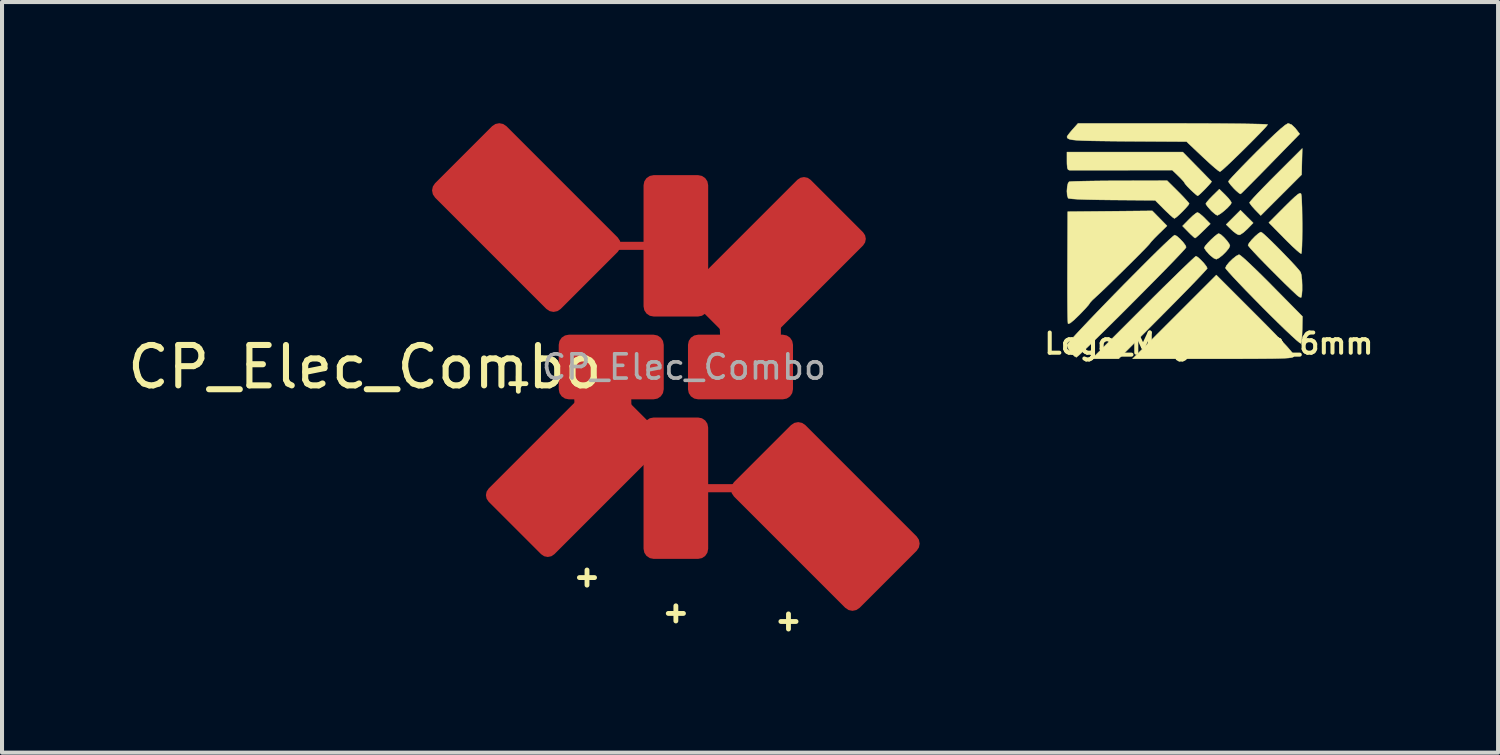
<source format=kicad_pcb>
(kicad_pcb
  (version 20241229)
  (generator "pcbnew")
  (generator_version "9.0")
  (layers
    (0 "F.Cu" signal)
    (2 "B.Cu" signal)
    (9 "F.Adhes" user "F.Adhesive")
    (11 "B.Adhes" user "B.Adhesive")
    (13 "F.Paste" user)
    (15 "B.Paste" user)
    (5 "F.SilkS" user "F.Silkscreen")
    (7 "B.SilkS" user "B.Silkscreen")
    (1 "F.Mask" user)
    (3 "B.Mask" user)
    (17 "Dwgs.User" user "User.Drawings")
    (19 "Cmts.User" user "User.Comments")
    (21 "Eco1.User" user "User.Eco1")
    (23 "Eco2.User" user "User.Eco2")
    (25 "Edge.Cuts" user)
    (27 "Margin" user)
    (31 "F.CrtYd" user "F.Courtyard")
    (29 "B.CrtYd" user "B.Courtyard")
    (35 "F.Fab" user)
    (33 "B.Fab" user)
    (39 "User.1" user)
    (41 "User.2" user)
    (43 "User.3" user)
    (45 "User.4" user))
  (footprint "CP_Elec_Combo"
    (layer "F.Cu")
    (at 13.682 6.036)
    (property "Reference" "CP_Elec_Combo" (at -7.7 0 0) (layer "F.SilkS") (effects (font (size 1 1) (thickness 0.15))))
    (attr smd)
    (fp_line (start -2.423 0.647) (end -2.399 1.102) (stroke (width 0.2) (type default)) (layer "F.Cu"))
    (fp_line (start -1.201 0.957) (end -1.207 0.592) (stroke (width 0.2) (type default)) (layer "F.Cu"))
    (fp_line (start 0 -3) (end -2.5 -3) (stroke (width 0.2) (type default)) (layer "F.Cu"))
    (fp_line (start 1.18 -1.101) (end 1.205 -0.572) (stroke (width 0.2) (type default)) (layer "F.Cu"))
    (fp_line (start 1.75 3) (end 0 3) (stroke (width 0.2) (type default)) (layer "F.Cu"))
    (fp_line (start 2.5 -1) (end 2.5 -0.5) (stroke (width 0.2) (type default)) (layer "F.Cu"))
    (fp_line (start -4.088 0.412) (end -3.712 0.412) (stroke (width 0.12) (type solid)) (layer "F.SilkS"))
    (fp_line (start -3.9 0.225) (end -3.9 0.6) (stroke (width 0.12) (type solid)) (layer "F.SilkS"))
    (fp_line (start -2.388 5.213) (end -2.013 5.213) (stroke (width 0.12) (type solid)) (layer "F.SilkS"))
    (fp_line (start -2.2 5.025) (end -2.2 5.4) (stroke (width 0.12) (type solid)) (layer "F.SilkS"))
    (fp_line (start -0.188 6.1) (end 0.188 6.1) (stroke (width 0.12) (type solid)) (layer "F.SilkS"))
    (fp_line (start 0 5.912) (end 0 6.287) (stroke (width 0.12) (type solid)) (layer "F.SilkS"))
    (fp_line (start 2.6 6.3) (end 2.975 6.3) (stroke (width 0.12) (type solid)) (layer "F.SilkS"))
    (fp_line (start 2.788 6.112) (end 2.788 6.487) (stroke (width 0.12) (type solid)) (layer "F.SilkS"))
    (fp_text user "${REFERENCE}" (at 0.2 0 0) (layer "F.Fab") (effects (font (size 0.6 0.6) (thickness 0.09))))
    (pad "1" smd roundrect (at -2.5 2.5 45) (size 4.2 2.3) (layers "F.Cu" "F.Mask" "F.Paste") (roundrect_rratio 0.1))
    (pad "1" smd roundrect (at -1.6 0) (size 2.6 1.6) (layers "F.Cu" "F.Mask" "F.Paste") (roundrect_rratio 0.156))
    (pad "1" smd roundrect (at 0 3 90) (size 3.5 1.6) (layers "F.Cu" "F.Mask" "F.Paste") (roundrect_rratio 0.156))
    (pad "1" smd roundrect (at 3.7 3.7 135) (size 4.4 2.5) (layers "F.Cu" "F.Mask" "F.Paste") (roundrect_rratio 0.1))
    (pad "2" smd roundrect (at -3.7 -3.7 135) (size 4.4 2.5) (layers "F.Cu" "F.Mask" "F.Paste") (roundrect_rratio 0.1))
    (pad "2" smd roundrect (at 0 -3 90) (size 3.5 1.6) (layers "F.Cu" "F.Mask" "F.Paste") (roundrect_rratio 0.156))
    (pad "2" smd roundrect (at 1.6 0) (size 2.6 1.6) (layers "F.Cu" "F.Mask" "F.Paste") (roundrect_rratio 0.156))
    (pad "2" smd roundrect (at 2.5 -2.5 45) (size 4.2 2.3) (layers "F.Cu" "F.Mask" "F.Paste") (roundrect_rratio 0.1)))
  (footprint "Logo_Magnitude_6mm"
    (layer "F.Cu")
    (at 26.278 2.956)
    (property "Reference" "Logo_Magnitude_6mm" (at 0.6 2.5 0) (layer "F.SilkS") (effects (font (size 0.5 0.5) (thickness 0.1))))
    (attr through_hole)
    (fp_poly (pts (xy 1.54 -0.644) (xy 1.697 -0.487) (xy 1.551 -0.337) (xy 1.46 -0.254) (xy 1.382 -0.201) (xy 1.346 -0.189) (xy 1.287 -0.215) (xy 1.203 -0.278) (xy 1.158 -0.319) (xy 1.027 -0.447) (xy 1.205 -0.625) (xy 1.382 -0.802) (xy 1.54 -0.644)) (stroke (width 0.01) (type solid)) (fill yes) (layer "F.SilkS"))
    (fp_poly (pts (xy 2.895 -1.681) (xy 1.884 -0.671) (xy 1.745 -0.813) (xy 1.667 -0.9) (xy 1.617 -0.967) (xy 1.606 -0.992) (xy 1.632 -1.027) (xy 1.703 -1.107) (xy 1.813 -1.225) (xy 1.955 -1.372) (xy 2.121 -1.542) (xy 2.259 -1.68) (xy 2.911 -2.331) (xy 2.895 -1.681)) (stroke (width 0.01) (type solid)) (fill yes) (layer "F.SilkS"))
    (fp_poly (pts (xy 0.365 -0.722) (xy 0.442 -0.658) (xy 0.497 -0.605) (xy 0.635 -0.464) (xy 0.456 -0.288) (xy 0.363 -0.199) (xy 0.292 -0.136) (xy 0.258 -0.112) (xy 0.224 -0.137) (xy 0.155 -0.2) (xy 0.093 -0.262) (xy -0.053 -0.411) (xy 0.112 -0.579) (xy 0.204 -0.667) (xy 0.28 -0.728) (xy 0.318 -0.747) (xy 0.365 -0.722)) (stroke (width 0.01) (type solid)) (fill yes) (layer "F.SilkS"))
    (fp_poly (pts (xy 1.008 -1.177) (xy 1.091 -1.089) (xy 1.145 -1.016) (xy 1.158 -0.985) (xy 1.131 -0.937) (xy 1.063 -0.863) (xy 0.975 -0.784) (xy 0.887 -0.716) (xy 0.821 -0.678) (xy 0.806 -0.675) (xy 0.758 -0.702) (xy 0.683 -0.766) (xy 0.644 -0.805) (xy 0.572 -0.886) (xy 0.529 -0.947) (xy 0.523 -0.962) (xy 0.548 -1.003) (xy 0.612 -1.077) (xy 0.691 -1.158) (xy 0.859 -1.323) (xy 1.008 -1.177)) (stroke (width 0.01) (type solid)) (fill yes) (layer "F.SilkS"))
    (fp_poly (pts (xy 0.898 -0.197) (xy 0.972 -0.13) (xy 1.048 -0.046) (xy 1.104 0.033) (xy 1.121 0.078) (xy 1.094 0.139) (xy 1.026 0.222) (xy 0.939 0.309) (xy 0.852 0.378) (xy 0.786 0.41) (xy 0.781 0.411) (xy 0.722 0.386) (xy 0.641 0.322) (xy 0.605 0.288) (xy 0.533 0.206) (xy 0.491 0.143) (xy 0.486 0.127) (xy 0.511 0.081) (xy 0.576 0.006) (xy 0.661 -0.081) (xy 0.747 -0.159) (xy 0.816 -0.212) (xy 0.844 -0.224) (xy 0.898 -0.197)) (stroke (width 0.01) (type solid)) (fill yes) (layer "F.SilkS"))
    (fp_poly (pts (xy 1.757 1.776) (xy 2.026 2.046) (xy 2.244 2.268) (xy 2.415 2.446) (xy 2.543 2.584) (xy 2.632 2.687) (xy 2.685 2.758) (xy 2.706 2.801) (xy 2.706 2.813) (xy 2.696 2.827) (xy 2.675 2.838) (xy 2.636 2.848) (xy 2.573 2.856) (xy 2.481 2.862) (xy 2.354 2.867) (xy 2.185 2.871) (xy 1.969 2.873) (xy 1.699 2.875) (xy 1.371 2.876) (xy 0.977 2.876) (xy 0.696 2.876) (xy -1.289 2.876) (xy 0.784 0.803) (xy 1.757 1.776)) (stroke (width 0.01) (type solid)) (fill yes) (layer "F.SilkS"))
    (fp_poly (pts (xy 2.878 -1.213) (xy 2.882 -1.205) (xy 2.892 -1.146) (xy 2.899 -1.03) (xy 2.905 -0.871) (xy 2.908 -0.684) (xy 2.91 -0.481) (xy 2.91 -0.278) (xy 2.908 -0.087) (xy 2.904 0.076) (xy 2.898 0.199) (xy 2.889 0.266) (xy 2.886 0.274) (xy 2.851 0.255) (xy 2.775 0.191) (xy 2.666 0.091) (xy 2.535 -0.037) (xy 2.471 -0.102) (xy 2.084 -0.495) (xy 2.47 -0.883) (xy 2.624 -1.035) (xy 2.734 -1.138) (xy 2.808 -1.199) (xy 2.854 -1.222) (xy 2.878 -1.213)) (stroke (width 0.01) (type solid)) (fill yes) (layer "F.SilkS"))
    (fp_poly (pts (xy 0.327 0.362) (xy 0.398 0.427) (xy 0.475 0.508) (xy 0.535 0.585) (xy 0.56 0.635) (xy 0.56 0.636) (xy 0.535 0.669) (xy 0.462 0.749) (xy 0.347 0.871) (xy 0.196 1.029) (xy 0.014 1.216) (xy -0.194 1.428) (xy -0.421 1.658) (xy -0.536 1.774) (xy -1.633 2.876) (xy -2.297 2.876) (xy -1.027 1.606) (xy -0.773 1.352) (xy -0.534 1.115) (xy -0.315 0.901) (xy -0.123 0.713) (xy 0.038 0.558) (xy 0.162 0.44) (xy 0.244 0.364) (xy 0.28 0.336) (xy 0.28 0.336) (xy 0.327 0.362)) (stroke (width 0.01) (type solid)) (fill yes) (layer "F.SilkS"))
    (fp_poly (pts (xy 2.648 -2.919) (xy 2.738 -2.833) (xy 2.748 -2.82) (xy 2.848 -2.69) (xy 2.128 -1.952) (xy 1.939 -1.759) (xy 1.767 -1.584) (xy 1.618 -1.434) (xy 1.501 -1.316) (xy 1.421 -1.237) (xy 1.385 -1.205) (xy 1.384 -1.204) (xy 1.347 -1.223) (xy 1.278 -1.282) (xy 1.222 -1.337) (xy 1.144 -1.423) (xy 1.094 -1.491) (xy 1.083 -1.515) (xy 1.109 -1.55) (xy 1.18 -1.63) (xy 1.291 -1.748) (xy 1.435 -1.897) (xy 1.603 -2.069) (xy 1.784 -2.251) (xy 2.03 -2.494) (xy 2.228 -2.683) (xy 2.38 -2.821) (xy 2.488 -2.909) (xy 2.553 -2.948) (xy 2.566 -2.951) (xy 2.648 -2.919)) (stroke (width 0.01) (type solid)) (fill yes) (layer "F.SilkS"))
    (fp_poly (pts (xy 1.39 0.325) (xy 1.475 0.397) (xy 1.598 0.51) (xy 1.751 0.656) (xy 1.928 0.829) (xy 2.121 1.022) (xy 2.162 1.064) (xy 2.917 1.829) (xy 2.91 2.143) (xy 2.905 2.292) (xy 2.895 2.413) (xy 2.883 2.487) (xy 2.88 2.497) (xy 2.848 2.481) (xy 2.77 2.417) (xy 2.652 2.31) (xy 2.497 2.164) (xy 2.313 1.986) (xy 2.104 1.78) (xy 1.932 1.608) (xy 1.717 1.389) (xy 1.519 1.187) (xy 1.346 1.006) (xy 1.202 0.853) (xy 1.094 0.734) (xy 1.027 0.656) (xy 1.009 0.627) (xy 1.036 0.568) (xy 1.103 0.486) (xy 1.191 0.401) (xy 1.278 0.332) (xy 1.343 0.299) (xy 1.35 0.299) (xy 1.39 0.325)) (stroke (width 0.01) (type solid)) (fill yes) (layer "F.SilkS"))
    (fp_poly (pts (xy 1.929 -0.236) (xy 2.008 -0.166) (xy 2.118 -0.062) (xy 2.248 0.066) (xy 2.387 0.206) (xy 2.526 0.35) (xy 2.655 0.485) (xy 2.763 0.603) (xy 2.839 0.691) (xy 2.872 0.738) (xy 2.89 0.807) (xy 2.903 0.919) (xy 2.908 1.052) (xy 2.908 1.183) (xy 2.9 1.291) (xy 2.886 1.353) (xy 2.88 1.359) (xy 2.839 1.346) (xy 2.783 1.303) (xy 2.644 1.172) (xy 2.486 1.02) (xy 2.319 0.854) (xy 2.15 0.685) (xy 1.987 0.52) (xy 1.84 0.369) (xy 1.717 0.239) (xy 1.626 0.139) (xy 1.576 0.078) (xy 1.569 0.064) (xy 1.595 0.012) (xy 1.659 -0.067) (xy 1.741 -0.152) (xy 1.822 -0.223) (xy 1.881 -0.26) (xy 1.89 -0.261) (xy 1.929 -0.236)) (stroke (width 0.01) (type solid)) (fill yes) (layer "F.SilkS"))
    (fp_poly (pts (xy -0.161 -1.263) (xy -0.047 -1.147) (xy 0.043 -1.05) (xy 0.099 -0.985) (xy 0.112 -0.964) (xy 0.087 -0.924) (xy 0.024 -0.852) (xy -0.059 -0.765) (xy -0.145 -0.682) (xy -0.216 -0.621) (xy -0.253 -0.598) (xy -0.291 -0.622) (xy -0.366 -0.688) (xy -0.466 -0.783) (xy -0.506 -0.822) (xy -0.73 -1.047) (xy -1.794 -1.055) (xy -2.133 -1.059) (xy -2.414 -1.065) (xy -2.633 -1.073) (xy -2.786 -1.083) (xy -2.87 -1.094) (xy -2.885 -1.101) (xy -2.908 -1.171) (xy -2.915 -1.275) (xy -2.907 -1.385) (xy -2.886 -1.472) (xy -2.86 -1.507) (xy -2.81 -1.512) (xy -2.696 -1.517) (xy -2.525 -1.521) (xy -2.308 -1.525) (xy -2.054 -1.528) (xy -1.772 -1.53) (xy -1.62 -1.53) (xy -0.433 -1.533) (xy -0.161 -1.263)) (stroke (width 0.01) (type solid)) (fill yes) (layer "F.SilkS"))
    (fp_poly (pts (xy 0.304 -1.884) (xy 0.434 -1.752) (xy 0.544 -1.639) (xy 0.624 -1.557) (xy 0.664 -1.516) (xy 0.667 -1.513) (xy 0.649 -1.483) (xy 0.593 -1.419) (xy 0.517 -1.337) (xy 0.435 -1.255) (xy 0.366 -1.19) (xy 0.325 -1.159) (xy 0.322 -1.158) (xy 0.288 -1.182) (xy 0.218 -1.243) (xy 0.152 -1.304) (xy 0.069 -1.388) (xy 0.014 -1.452) (xy 0 -1.475) (xy -0.025 -1.513) (xy -0.089 -1.583) (xy -0.153 -1.647) (xy -0.307 -1.795) (xy -1.545 -1.793) (xy -1.844 -1.792) (xy -2.121 -1.792) (xy -2.367 -1.792) (xy -2.572 -1.792) (xy -2.727 -1.792) (xy -2.822 -1.792) (xy -2.848 -1.792) (xy -2.885 -1.804) (xy -2.905 -1.85) (xy -2.913 -1.945) (xy -2.914 -2.017) (xy -2.914 -2.241) (xy -0.046 -2.241) (xy 0.304 -1.884)) (stroke (width 0.01) (type solid)) (fill yes) (layer "F.SilkS"))
    (fp_poly (pts (xy -0.619 -0.601) (xy -0.437 -0.415) (xy -0.648 -0.209) (xy -0.747 -0.11) (xy -0.821 -0.031) (xy -0.857 0.014) (xy -0.859 0.018) (xy -0.885 0.049) (xy -0.955 0.124) (xy -1.062 0.233) (xy -1.196 0.369) (xy -1.35 0.522) (xy -1.514 0.684) (xy -1.68 0.847) (xy -1.839 1.002) (xy -1.982 1.141) (xy -2.101 1.254) (xy -2.187 1.333) (xy -2.2 1.345) (xy -2.284 1.423) (xy -2.339 1.483) (xy -2.352 1.503) (xy -2.377 1.54) (xy -2.444 1.617) (xy -2.541 1.72) (xy -2.611 1.792) (xy -2.744 1.92) (xy -2.835 1.993) (xy -2.883 2.009) (xy -2.888 2.003) (xy -2.892 1.955) (xy -2.896 1.842) (xy -2.899 1.671) (xy -2.901 1.451) (xy -2.902 1.191) (xy -2.902 0.901) (xy -2.901 0.594) (xy -2.895 -0.766) (xy -1.848 -0.776) (xy -0.801 -0.786) (xy -0.619 -0.601)) (stroke (width 0.01) (type solid)) (fill yes) (layer "F.SilkS"))
    (fp_poly (pts (xy 0.118 -2.95) (xy 0.507 -2.949) (xy 0.866 -2.947) (xy 1.189 -2.944) (xy 1.471 -2.941) (xy 1.704 -2.937) (xy 1.883 -2.933) (xy 2.002 -2.928) (xy 2.053 -2.923) (xy 2.054 -2.922) (xy 2.029 -2.886) (xy 1.959 -2.808) (xy 1.853 -2.697) (xy 1.722 -2.563) (xy 1.574 -2.415) (xy 1.42 -2.262) (xy 1.268 -2.114) (xy 1.129 -1.98) (xy 1.011 -1.87) (xy 0.924 -1.792) (xy 0.877 -1.757) (xy 0.874 -1.756) (xy 0.833 -1.78) (xy 0.75 -1.847) (xy 0.635 -1.948) (xy 0.498 -2.074) (xy 0.44 -2.128) (xy 0.047 -2.5) (xy -1.405 -2.509) (xy -1.781 -2.512) (xy -2.09 -2.516) (xy -2.337 -2.52) (xy -2.53 -2.526) (xy -2.674 -2.534) (xy -2.778 -2.544) (xy -2.846 -2.558) (xy -2.887 -2.575) (xy -2.907 -2.596) (xy -2.913 -2.621) (xy -2.89 -2.66) (xy -2.831 -2.735) (xy -2.777 -2.798) (xy -2.64 -2.951) (xy -0.293 -2.951) (xy 0.118 -2.95)) (stroke (width 0.01) (type solid)) (fill yes) (layer "F.SilkS"))
    (fp_poly (pts (xy -0.192 -0.159) (xy -0.117 -0.093) (xy -0.039 -0.01) (xy 0.019 0.068) (xy 0.037 0.114) (xy 0.012 0.149) (xy -0.061 0.23) (xy -0.175 0.351) (xy -0.324 0.507) (xy -0.502 0.69) (xy -0.703 0.895) (xy -0.921 1.115) (xy -1.149 1.345) (xy -1.382 1.579) (xy -1.613 1.81) (xy -1.837 2.032) (xy -2.047 2.239) (xy -2.237 2.425) (xy -2.401 2.584) (xy -2.533 2.709) (xy -2.627 2.796) (xy -2.677 2.836) (xy -2.682 2.839) (xy -2.728 2.813) (xy -2.796 2.747) (xy -2.817 2.724) (xy -2.879 2.631) (xy -2.912 2.548) (xy -2.914 2.534) (xy -2.888 2.495) (xy -2.816 2.41) (xy -2.702 2.284) (xy -2.554 2.125) (xy -2.377 1.938) (xy -2.178 1.73) (xy -1.963 1.507) (xy -1.737 1.275) (xy -1.507 1.04) (xy -1.278 0.809) (xy -1.058 0.588) (xy -0.852 0.382) (xy -0.666 0.199) (xy -0.507 0.045) (xy -0.38 -0.075) (xy -0.291 -0.154) (xy -0.248 -0.186) (xy -0.246 -0.186) (xy -0.192 -0.159)) (stroke (width 0.01) (type solid)) (fill yes) (layer "F.SilkS")))
  (gr_rect
    (start -3 -3)
    (end 34.037 15.583)
    (stroke (width 0.1) (type default))
    (fill no)
    (layer "Edge.Cuts")))
</source>
